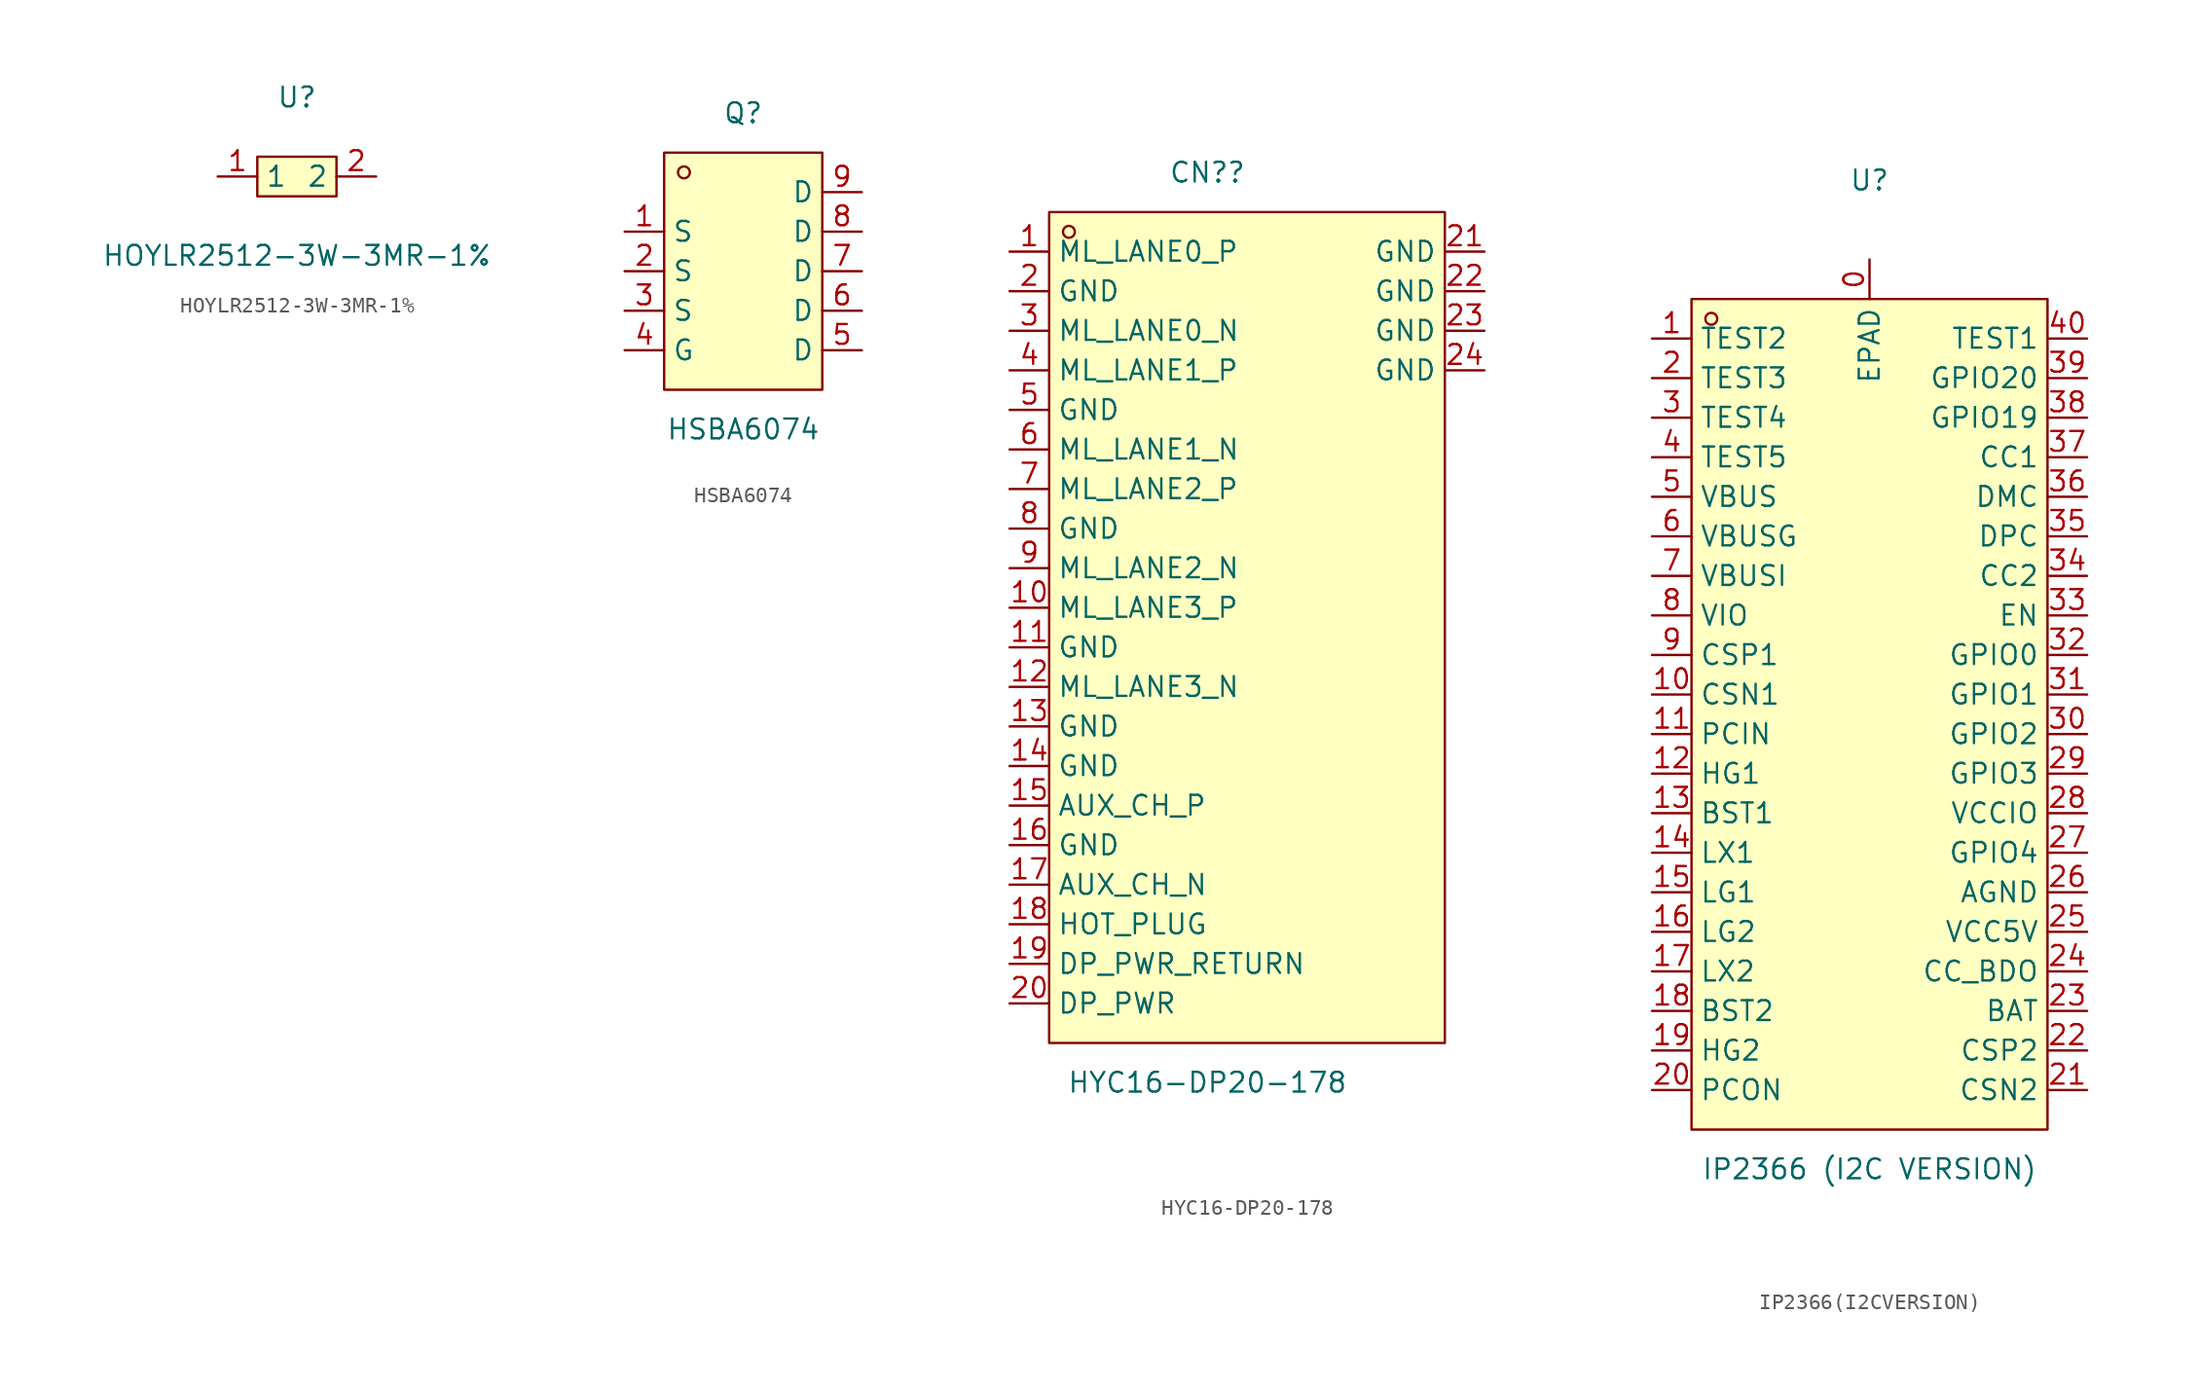
<source format=kicad_sym>
(kicad_symbol_lib
  (version 20211014)
  (generator https://github.com/uPesy/easyeda2kicad.py)
  (symbol "HOYLR2512-3W-3MR-1%"
    (property "Reference" "U"
      (at 0 5.08 0)
      (effects (font (size 1.27 1.27))))
    (property "Value" "HOYLR2512-3W-3MR-1%"
      (at 0 -5.08 0)
      (effects (font (size 1.27 1.27))))
    (symbol "HOYLR2512-3W-3MR-1%_0_1"
      (rectangle (start -2.54 1.27) (end 2.54 -1.27) (stroke (width 0) (type default) (color 0 0 0 0)) (fill (type background)))
      (pin unspecified line (at 5.08 -0.00 180) (length 2.54) (name "2" (effects (font (size 1.27 1.27)))) (number "2" (effects (font (size 1.27 1.27)))))
      (pin unspecified line (at -5.08 -0.00 0) (length 2.54) (name "1" (effects (font (size 1.27 1.27)))) (number "1" (effects (font (size 1.27 1.27)))))))
  (symbol "HSBA6074"
    (property "Reference" "Q"
      (at 0 10.16 0)
      (effects (font (size 1.27 1.27))))
    (property "Value" "HSBA6074"
      (at 0 -10.16 0)
      (effects (font (size 1.27 1.27))))
    (symbol "HSBA6074_0_1"
      (rectangle (start -5.08 7.62) (end 5.08 -7.62) (stroke (width 0) (type default) (color 0 0 0 0)) (fill (type background)))
      (circle (center -3.81 6.35) (radius 0.38) (stroke (width 0) (type default) (color 0 0 0 0)) (fill (type none)))
      (pin unspecified line (at 7.62 5.08 180) (length 2.54) (name "D" (effects (font (size 1.27 1.27)))) (number "9" (effects (font (size 1.27 1.27)))))
      (pin unspecified line (at 7.62 2.54 180) (length 2.54) (name "D" (effects (font (size 1.27 1.27)))) (number "8" (effects (font (size 1.27 1.27)))))
      (pin unspecified line (at 7.62 -0.00 180) (length 2.54) (name "D" (effects (font (size 1.27 1.27)))) (number "7" (effects (font (size 1.27 1.27)))))
      (pin unspecified line (at 7.62 -2.54 180) (length 2.54) (name "D" (effects (font (size 1.27 1.27)))) (number "6" (effects (font (size 1.27 1.27)))))
      (pin unspecified line (at 7.62 -5.08 180) (length 2.54) (name "D" (effects (font (size 1.27 1.27)))) (number "5" (effects (font (size 1.27 1.27)))))
      (pin unspecified line (at -7.62 -5.08 0) (length 2.54) (name "G" (effects (font (size 1.27 1.27)))) (number "4" (effects (font (size 1.27 1.27)))))
      (pin unspecified line (at -7.62 -2.54 0) (length 2.54) (name "S" (effects (font (size 1.27 1.27)))) (number "3" (effects (font (size 1.27 1.27)))))
      (pin unspecified line (at -7.62 -0.00 0) (length 2.54) (name "S" (effects (font (size 1.27 1.27)))) (number "2" (effects (font (size 1.27 1.27)))))
      (pin unspecified line (at -7.62 2.54 0) (length 2.54) (name "S" (effects (font (size 1.27 1.27)))) (number "1" (effects (font (size 1.27 1.27)))))))
  (symbol "HYC16-DP20-178"
    (property "Reference" "CN?"
      (at 0 30.48 0)
      (effects (font (size 1.27 1.27))))
    (property "Value" "HYC16-DP20-178"
      (at 0 -27.94 0)
      (effects (font (size 1.27 1.27))))
    (symbol "HYC16-DP20-178_0_1"
      (rectangle (start -10.16 27.94) (end 15.24 -25.40) (stroke (width 0) (type default) (color 0 0 0 0)) (fill (type background)))
      (circle (center -8.89 26.67) (radius 0.38) (stroke (width 0) (type default) (color 0 0 0 0)) (fill (type none)))
      (pin unspecified line (at 17.78 17.78 180) (length 2.54) (name "GND" (effects (font (size 1.27 1.27)))) (number "24" (effects (font (size 1.27 1.27)))))
      (pin unspecified line (at 17.78 20.32 180) (length 2.54) (name "GND" (effects (font (size 1.27 1.27)))) (number "23" (effects (font (size 1.27 1.27)))))
      (pin unspecified line (at 17.78 22.86 180) (length 2.54) (name "GND" (effects (font (size 1.27 1.27)))) (number "22" (effects (font (size 1.27 1.27)))))
      (pin unspecified line (at 17.78 25.40 180) (length 2.54) (name "GND" (effects (font (size 1.27 1.27)))) (number "21" (effects (font (size 1.27 1.27)))))
      (pin unspecified line (at -12.70 -22.86 0) (length 2.54) (name "DP_PWR" (effects (font (size 1.27 1.27)))) (number "20" (effects (font (size 1.27 1.27)))))
      (pin unspecified line (at -12.70 -20.32 0) (length 2.54) (name "DP_PWR_RETURN" (effects (font (size 1.27 1.27)))) (number "19" (effects (font (size 1.27 1.27)))))
      (pin unspecified line (at -12.70 -17.78 0) (length 2.54) (name "HOT_PLUG" (effects (font (size 1.27 1.27)))) (number "18" (effects (font (size 1.27 1.27)))))
      (pin unspecified line (at -12.70 -15.24 0) (length 2.54) (name "AUX_CH_N" (effects (font (size 1.27 1.27)))) (number "17" (effects (font (size 1.27 1.27)))))
      (pin unspecified line (at -12.70 -12.70 0) (length 2.54) (name "GND" (effects (font (size 1.27 1.27)))) (number "16" (effects (font (size 1.27 1.27)))))
      (pin unspecified line (at -12.70 -10.16 0) (length 2.54) (name "AUX_CH_P" (effects (font (size 1.27 1.27)))) (number "15" (effects (font (size 1.27 1.27)))))
      (pin unspecified line (at -12.70 -7.62 0) (length 2.54) (name "GND" (effects (font (size 1.27 1.27)))) (number "14" (effects (font (size 1.27 1.27)))))
      (pin unspecified line (at -12.70 -5.08 0) (length 2.54) (name "GND" (effects (font (size 1.27 1.27)))) (number "13" (effects (font (size 1.27 1.27)))))
      (pin unspecified line (at -12.70 -2.54 0) (length 2.54) (name "ML_LANE3_N" (effects (font (size 1.27 1.27)))) (number "12" (effects (font (size 1.27 1.27)))))
      (pin unspecified line (at -12.70 -0.00 0) (length 2.54) (name "GND" (effects (font (size 1.27 1.27)))) (number "11" (effects (font (size 1.27 1.27)))))
      (pin unspecified line (at -12.70 2.54 0) (length 2.54) (name "ML_LANE3_P" (effects (font (size 1.27 1.27)))) (number "10" (effects (font (size 1.27 1.27)))))
      (pin unspecified line (at -12.70 5.08 0) (length 2.54) (name "ML_LANE2_N" (effects (font (size 1.27 1.27)))) (number "9" (effects (font (size 1.27 1.27)))))
      (pin unspecified line (at -12.70 7.62 0) (length 2.54) (name "GND" (effects (font (size 1.27 1.27)))) (number "8" (effects (font (size 1.27 1.27)))))
      (pin unspecified line (at -12.70 10.16 0) (length 2.54) (name "ML_LANE2_P" (effects (font (size 1.27 1.27)))) (number "7" (effects (font (size 1.27 1.27)))))
      (pin unspecified line (at -12.70 12.70 0) (length 2.54) (name "ML_LANE1_N" (effects (font (size 1.27 1.27)))) (number "6" (effects (font (size 1.27 1.27)))))
      (pin unspecified line (at -12.70 15.24 0) (length 2.54) (name "GND" (effects (font (size 1.27 1.27)))) (number "5" (effects (font (size 1.27 1.27)))))
      (pin unspecified line (at -12.70 17.78 0) (length 2.54) (name "ML_LANE1_P" (effects (font (size 1.27 1.27)))) (number "4" (effects (font (size 1.27 1.27)))))
      (pin unspecified line (at -12.70 20.32 0) (length 2.54) (name "ML_LANE0_N" (effects (font (size 1.27 1.27)))) (number "3" (effects (font (size 1.27 1.27)))))
      (pin unspecified line (at -12.70 22.86 0) (length 2.54) (name "GND" (effects (font (size 1.27 1.27)))) (number "2" (effects (font (size 1.27 1.27)))))
      (pin unspecified line (at -12.70 25.40 0) (length 2.54) (name "ML_LANE0_P" (effects (font (size 1.27 1.27)))) (number "1" (effects (font (size 1.27 1.27)))))))
  (symbol "IP2366(I2CVERSION)"
    (property "Reference" "U"
      (at 0 33.02 0)
      (effects (font (size 1.27 1.27))))
    (property "Value" "IP2366 (I2C VERSION)"
      (at 0 -30.48 0)
      (effects (font (size 1.27 1.27))))
    (symbol "IP2366(I2CVERSION)_0_1"
      (rectangle (start -11.43 25.40) (end 11.43 -27.94) (stroke (width 0) (type default) (color 0 0 0 0)) (fill (type background)))
      (circle (center -10.16 24.13) (radius 0.38) (stroke (width 0) (type default) (color 0 0 0 0)) (fill (type none)))
      (pin unspecified line (at 0.00 27.94 270) (length 2.54) (name "EPAD" (effects (font (size 1.27 1.27)))) (number "0" (effects (font (size 1.27 1.27)))))
      (pin unspecified line (at 13.97 22.86 180) (length 2.54) (name "TEST1" (effects (font (size 1.27 1.27)))) (number "40" (effects (font (size 1.27 1.27)))))
      (pin unspecified line (at 13.97 20.32 180) (length 2.54) (name "GPIO20" (effects (font (size 1.27 1.27)))) (number "39" (effects (font (size 1.27 1.27)))))
      (pin unspecified line (at 13.97 17.78 180) (length 2.54) (name "GPIO19" (effects (font (size 1.27 1.27)))) (number "38" (effects (font (size 1.27 1.27)))))
      (pin unspecified line (at 13.97 15.24 180) (length 2.54) (name "CC1" (effects (font (size 1.27 1.27)))) (number "37" (effects (font (size 1.27 1.27)))))
      (pin unspecified line (at 13.97 12.70 180) (length 2.54) (name "DMC" (effects (font (size 1.27 1.27)))) (number "36" (effects (font (size 1.27 1.27)))))
      (pin unspecified line (at 13.97 10.16 180) (length 2.54) (name "DPC" (effects (font (size 1.27 1.27)))) (number "35" (effects (font (size 1.27 1.27)))))
      (pin unspecified line (at 13.97 7.62 180) (length 2.54) (name "CC2" (effects (font (size 1.27 1.27)))) (number "34" (effects (font (size 1.27 1.27)))))
      (pin unspecified line (at 13.97 5.08 180) (length 2.54) (name "EN" (effects (font (size 1.27 1.27)))) (number "33" (effects (font (size 1.27 1.27)))))
      (pin unspecified line (at 13.97 2.54 180) (length 2.54) (name "GPIO0" (effects (font (size 1.27 1.27)))) (number "32" (effects (font (size 1.27 1.27)))))
      (pin unspecified line (at 13.97 -0.00 180) (length 2.54) (name "GPIO1" (effects (font (size 1.27 1.27)))) (number "31" (effects (font (size 1.27 1.27)))))
      (pin unspecified line (at 13.97 -2.54 180) (length 2.54) (name "GPIO2" (effects (font (size 1.27 1.27)))) (number "30" (effects (font (size 1.27 1.27)))))
      (pin unspecified line (at 13.97 -5.08 180) (length 2.54) (name "GPIO3" (effects (font (size 1.27 1.27)))) (number "29" (effects (font (size 1.27 1.27)))))
      (pin unspecified line (at 13.97 -7.62 180) (length 2.54) (name "VCCIO" (effects (font (size 1.27 1.27)))) (number "28" (effects (font (size 1.27 1.27)))))
      (pin unspecified line (at 13.97 -10.16 180) (length 2.54) (name "GPIO4" (effects (font (size 1.27 1.27)))) (number "27" (effects (font (size 1.27 1.27)))))
      (pin unspecified line (at 13.97 -12.70 180) (length 2.54) (name "AGND" (effects (font (size 1.27 1.27)))) (number "26" (effects (font (size 1.27 1.27)))))
      (pin unspecified line (at 13.97 -15.24 180) (length 2.54) (name "VCC5V" (effects (font (size 1.27 1.27)))) (number "25" (effects (font (size 1.27 1.27)))))
      (pin unspecified line (at 13.97 -17.78 180) (length 2.54) (name "CC_BDO" (effects (font (size 1.27 1.27)))) (number "24" (effects (font (size 1.27 1.27)))))
      (pin unspecified line (at 13.97 -20.32 180) (length 2.54) (name "BAT" (effects (font (size 1.27 1.27)))) (number "23" (effects (font (size 1.27 1.27)))))
      (pin unspecified line (at 13.97 -22.86 180) (length 2.54) (name "CSP2" (effects (font (size 1.27 1.27)))) (number "22" (effects (font (size 1.27 1.27)))))
      (pin unspecified line (at 13.97 -25.40 180) (length 2.54) (name "CSN2" (effects (font (size 1.27 1.27)))) (number "21" (effects (font (size 1.27 1.27)))))
      (pin unspecified line (at -13.97 -25.40 0) (length 2.54) (name "PCON" (effects (font (size 1.27 1.27)))) (number "20" (effects (font (size 1.27 1.27)))))
      (pin unspecified line (at -13.97 -22.86 0) (length 2.54) (name "HG2" (effects (font (size 1.27 1.27)))) (number "19" (effects (font (size 1.27 1.27)))))
      (pin unspecified line (at -13.97 -20.32 0) (length 2.54) (name "BST2" (effects (font (size 1.27 1.27)))) (number "18" (effects (font (size 1.27 1.27)))))
      (pin unspecified line (at -13.97 -17.78 0) (length 2.54) (name "LX2" (effects (font (size 1.27 1.27)))) (number "17" (effects (font (size 1.27 1.27)))))
      (pin unspecified line (at -13.97 -15.24 0) (length 2.54) (name "LG2" (effects (font (size 1.27 1.27)))) (number "16" (effects (font (size 1.27 1.27)))))
      (pin unspecified line (at -13.97 -12.70 0) (length 2.54) (name "LG1" (effects (font (size 1.27 1.27)))) (number "15" (effects (font (size 1.27 1.27)))))
      (pin unspecified line (at -13.97 -10.16 0) (length 2.54) (name "LX1" (effects (font (size 1.27 1.27)))) (number "14" (effects (font (size 1.27 1.27)))))
      (pin unspecified line (at -13.97 -7.62 0) (length 2.54) (name "BST1" (effects (font (size 1.27 1.27)))) (number "13" (effects (font (size 1.27 1.27)))))
      (pin unspecified line (at -13.97 -5.08 0) (length 2.54) (name "HG1" (effects (font (size 1.27 1.27)))) (number "12" (effects (font (size 1.27 1.27)))))
      (pin unspecified line (at -13.97 -2.54 0) (length 2.54) (name "PCIN" (effects (font (size 1.27 1.27)))) (number "11" (effects (font (size 1.27 1.27)))))
      (pin unspecified line (at -13.97 -0.00 0) (length 2.54) (name "CSN1" (effects (font (size 1.27 1.27)))) (number "10" (effects (font (size 1.27 1.27)))))
      (pin unspecified line (at -13.97 2.54 0) (length 2.54) (name "CSP1" (effects (font (size 1.27 1.27)))) (number "9" (effects (font (size 1.27 1.27)))))
      (pin unspecified line (at -13.97 5.08 0) (length 2.54) (name "VIO" (effects (font (size 1.27 1.27)))) (number "8" (effects (font (size 1.27 1.27)))))
      (pin unspecified line (at -13.97 7.62 0) (length 2.54) (name "VBUSI" (effects (font (size 1.27 1.27)))) (number "7" (effects (font (size 1.27 1.27)))))
      (pin unspecified line (at -13.97 10.16 0) (length 2.54) (name "VBUSG" (effects (font (size 1.27 1.27)))) (number "6" (effects (font (size 1.27 1.27)))))
      (pin unspecified line (at -13.97 12.70 0) (length 2.54) (name "VBUS" (effects (font (size 1.27 1.27)))) (number "5" (effects (font (size 1.27 1.27)))))
      (pin unspecified line (at -13.97 15.24 0) (length 2.54) (name "TEST5" (effects (font (size 1.27 1.27)))) (number "4" (effects (font (size 1.27 1.27)))))
      (pin unspecified line (at -13.97 17.78 0) (length 2.54) (name "TEST4" (effects (font (size 1.27 1.27)))) (number "3" (effects (font (size 1.27 1.27)))))
      (pin unspecified line (at -13.97 20.32 0) (length 2.54) (name "TEST3" (effects (font (size 1.27 1.27)))) (number "2" (effects (font (size 1.27 1.27)))))
      (pin unspecified line (at -13.97 22.86 0) (length 2.54) (name "TEST2" (effects (font (size 1.27 1.27)))) (number "1" (effects (font (size 1.27 1.27))))))))
</source>
